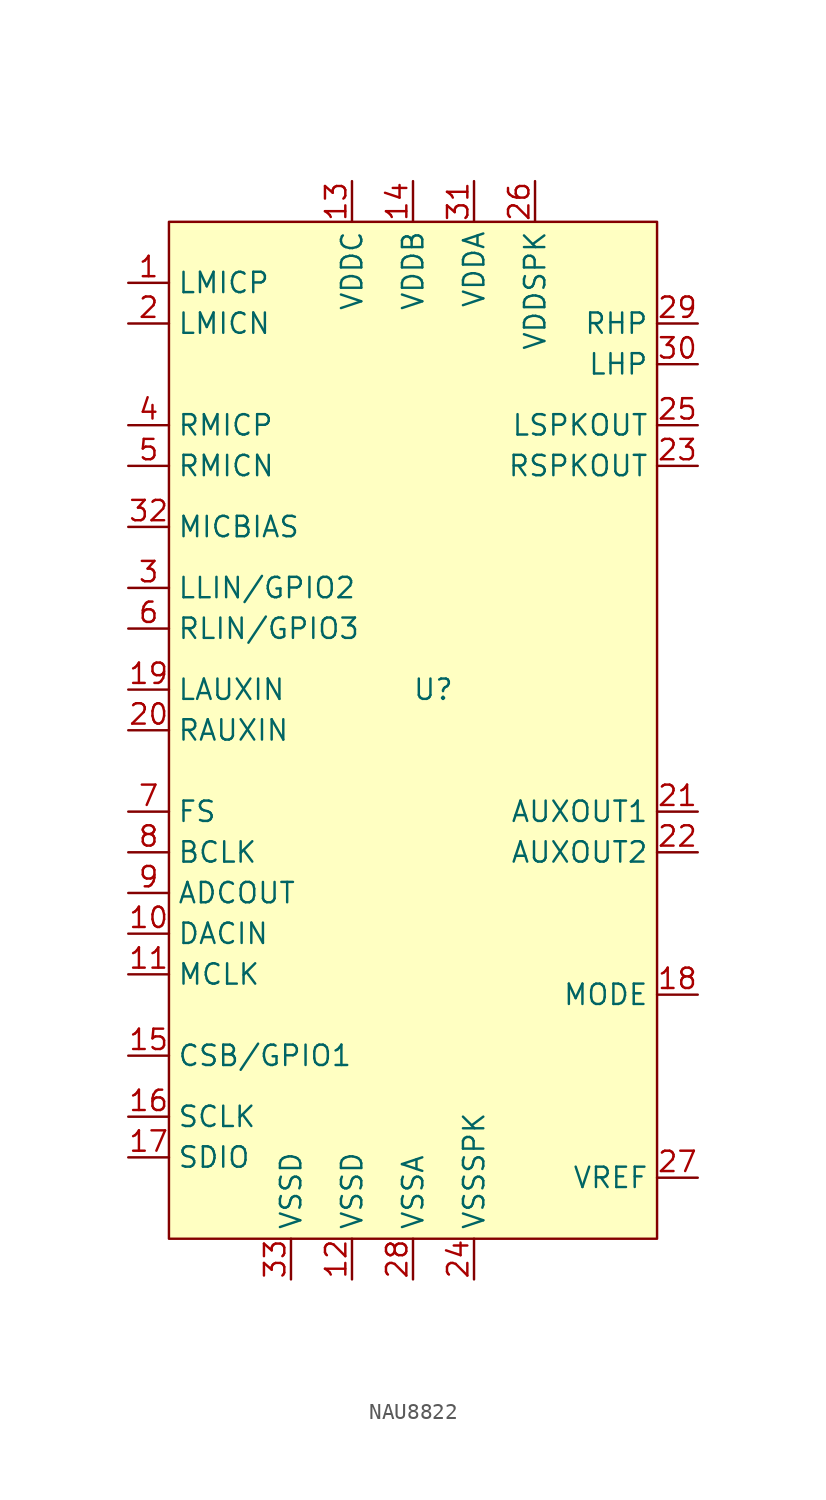
<source format=kicad_sym>
(kicad_symbol_lib
  (version 20241209)
  (generator "kicad_symbol_editor")
  (generator_version "9.0")
  (symbol "NAU8822"
    (property "Reference" "U"
      (at 0 0 0)
      (effects (font (size 1.27 1.27))))
    (property "Value" ""
      (at 0 0 0)
      (effects (font (size 1.27 1.27))))
    (symbol "NAU8822_1_1"
      (rectangle (start -16.51 29.21) (end 13.97 -34.29) (stroke (width 0) (type solid)) (fill (type background)))
      (pin input line (at -19.05 25.4 0) (length 2.54) (name "LMICP" (effects (font (size 1.27 1.27)))) (number "1" (effects (font (size 1.27 1.27)))))
      (pin input line (at -19.05 22.86 0) (length 2.54) (name "LMICN" (effects (font (size 1.27 1.27)))) (number "2" (effects (font (size 1.27 1.27)))))
      (pin input line (at -19.05 16.51 0) (length 2.54) (name "RMICP" (effects (font (size 1.27 1.27)))) (number "4" (effects (font (size 1.27 1.27)))))
      (pin input line (at -19.05 13.97 0) (length 2.54) (name "RMICN" (effects (font (size 1.27 1.27)))) (number "5" (effects (font (size 1.27 1.27)))))
      (pin input line (at -19.05 10.16 0) (length 2.54) (name "MICBIAS" (effects (font (size 1.27 1.27)))) (number "32" (effects (font (size 1.27 1.27)))))
      (pin input line (at -19.05 6.35 0) (length 2.54) (name "LLIN/GPIO2" (effects (font (size 1.27 1.27)))) (number "3" (effects (font (size 1.27 1.27)))))
      (pin input line (at -19.05 3.81 0) (length 2.54) (name "RLIN/GPIO3" (effects (font (size 1.27 1.27)))) (number "6" (effects (font (size 1.27 1.27)))))
      (pin input line (at -19.05 0 0) (length 2.54) (name "LAUXIN" (effects (font (size 1.27 1.27)))) (number "19" (effects (font (size 1.27 1.27)))))
      (pin input line (at -19.05 -2.54 0) (length 2.54) (name "RAUXIN" (effects (font (size 1.27 1.27)))) (number "20" (effects (font (size 1.27 1.27)))))
      (pin input line (at -19.05 -7.62 0) (length 2.54) (name "FS" (effects (font (size 1.27 1.27)))) (number "7" (effects (font (size 1.27 1.27)))))
      (pin input line (at -19.05 -10.16 0) (length 2.54) (name "BCLK" (effects (font (size 1.27 1.27)))) (number "8" (effects (font (size 1.27 1.27)))))
      (pin input line (at -19.05 -12.7 0) (length 2.54) (name "ADCOUT" (effects (font (size 1.27 1.27)))) (number "9" (effects (font (size 1.27 1.27)))))
      (pin input line (at -19.05 -15.24 0) (length 2.54) (name "DACIN" (effects (font (size 1.27 1.27)))) (number "10" (effects (font (size 1.27 1.27)))))
      (pin input line (at -19.05 -17.78 0) (length 2.54) (name "MCLK" (effects (font (size 1.27 1.27)))) (number "11" (effects (font (size 1.27 1.27)))))
      (pin input line (at -19.05 -22.86 0) (length 2.54) (name "CSB/GPIO1" (effects (font (size 1.27 1.27)))) (number "15" (effects (font (size 1.27 1.27)))))
      (pin input line (at -19.05 -26.67 0) (length 2.54) (name "SCLK" (effects (font (size 1.27 1.27)))) (number "16" (effects (font (size 1.27 1.27)))))
      (pin input line (at -19.05 -29.21 0) (length 2.54) (name "SDIO" (effects (font (size 1.27 1.27)))) (number "17" (effects (font (size 1.27 1.27)))))
      (pin input line (at -8.89 -36.83 90) (length 2.54) (name "VSSD" (effects (font (size 1.27 1.27)))) (number "33" (effects (font (size 1.27 1.27)))))
      (pin input line (at -5.08 31.75 270) (length 2.54) (name "VDDC" (effects (font (size 1.27 1.27)))) (number "13" (effects (font (size 1.27 1.27)))))
      (pin input line (at -5.08 -36.83 90) (length 2.54) (name "VSSD" (effects (font (size 1.27 1.27)))) (number "12" (effects (font (size 1.27 1.27)))))
      (pin input line (at -1.27 31.75 270) (length 2.54) (name "VDDB" (effects (font (size 1.27 1.27)))) (number "14" (effects (font (size 1.27 1.27)))))
      (pin input line (at -1.27 -36.83 90) (length 2.54) (name "VSSA" (effects (font (size 1.27 1.27)))) (number "28" (effects (font (size 1.27 1.27)))))
      (pin input line (at 2.54 31.75 270) (length 2.54) (name "VDDA" (effects (font (size 1.27 1.27)))) (number "31" (effects (font (size 1.27 1.27)))))
      (pin input line (at 2.54 -36.83 90) (length 2.54) (name "VSSSPK" (effects (font (size 1.27 1.27)))) (number "24" (effects (font (size 1.27 1.27)))))
      (pin input line (at 6.35 31.75 270) (length 2.54) (name "VDDSPK" (effects (font (size 1.27 1.27)))) (number "26" (effects (font (size 1.27 1.27)))))
      (pin input line (at 16.51 22.86 180) (length 2.54) (name "RHP" (effects (font (size 1.27 1.27)))) (number "29" (effects (font (size 1.27 1.27)))))
      (pin input line (at 16.51 20.32 180) (length 2.54) (name "LHP" (effects (font (size 1.27 1.27)))) (number "30" (effects (font (size 1.27 1.27)))))
      (pin input line (at 16.51 16.51 180) (length 2.54) (name "LSPKOUT" (effects (font (size 1.27 1.27)))) (number "25" (effects (font (size 1.27 1.27)))))
      (pin input line (at 16.51 13.97 180) (length 2.54) (name "RSPKOUT" (effects (font (size 1.27 1.27)))) (number "23" (effects (font (size 1.27 1.27)))))
      (pin input line (at 16.51 -7.62 180) (length 2.54) (name "AUXOUT1" (effects (font (size 1.27 1.27)))) (number "21" (effects (font (size 1.27 1.27)))))
      (pin input line (at 16.51 -10.16 180) (length 2.54) (name "AUXOUT2" (effects (font (size 1.27 1.27)))) (number "22" (effects (font (size 1.27 1.27)))))
      (pin input line (at 16.51 -19.05 180) (length 2.54) (name "MODE" (effects (font (size 1.27 1.27)))) (number "18" (effects (font (size 1.27 1.27)))))
      (pin input line (at 16.51 -30.48 180) (length 2.54) (name "VREF" (effects (font (size 1.27 1.27)))) (number "27" (effects (font (size 1.27 1.27))))))))
</source>
